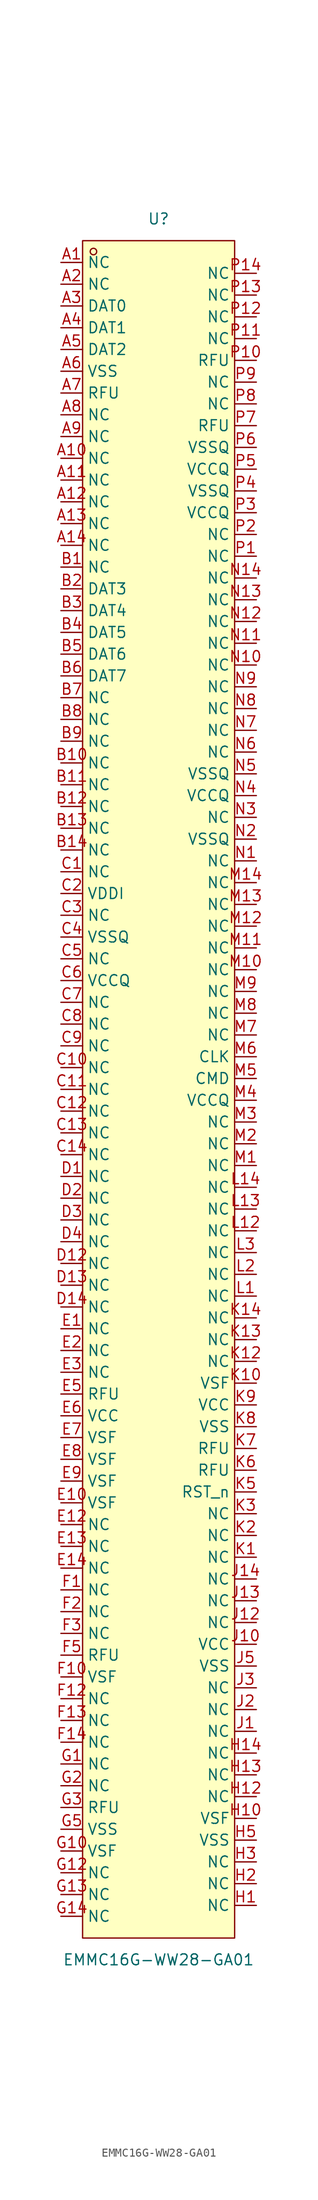
<source format=kicad_sym>
(kicad_symbol_lib
  (version 20241209)
  (generator "kicad_symbol_editor")
  (generator_version "9.0")
  (symbol "EMMC16G-WW28-GA01"
    (property "Reference" "U"
      (at 0 101.6 0)
      (effects (font (size 1.27 1.27))))
    (property "Value" "EMMC16G-WW28-GA01"
      (at 0 -101.6 0)
      (effects (font (size 1.27 1.27))))
    (symbol "EMMC16G-WW28-GA01_0_1"
      (rectangle (start -8.89 99.06) (end 8.89 -99.06) (stroke (width 0) (type default)) (fill (type background)))
      (circle (center -7.62 97.79) (radius 0.38) (stroke (width 0) (type default)) (fill (type none)))
      (pin unspecified line (at -11.43 96.52 0) (length 2.54) (name "NC" (effects (font (size 1.27 1.27)))) (number "A1" (effects (font (size 1.27 1.27)))))
      (pin unspecified line (at -11.43 93.98 0) (length 2.54) (name "NC" (effects (font (size 1.27 1.27)))) (number "A2" (effects (font (size 1.27 1.27)))))
      (pin unspecified line (at -11.43 91.44 0) (length 2.54) (name "DAT0" (effects (font (size 1.27 1.27)))) (number "A3" (effects (font (size 1.27 1.27)))))
      (pin unspecified line (at -11.43 88.9 0) (length 2.54) (name "DAT1" (effects (font (size 1.27 1.27)))) (number "A4" (effects (font (size 1.27 1.27)))))
      (pin unspecified line (at -11.43 86.36 0) (length 2.54) (name "DAT2" (effects (font (size 1.27 1.27)))) (number "A5" (effects (font (size 1.27 1.27)))))
      (pin unspecified line (at -11.43 83.82 0) (length 2.54) (name "VSS" (effects (font (size 1.27 1.27)))) (number "A6" (effects (font (size 1.27 1.27)))))
      (pin unspecified line (at -11.43 81.28 0) (length 2.54) (name "RFU" (effects (font (size 1.27 1.27)))) (number "A7" (effects (font (size 1.27 1.27)))))
      (pin unspecified line (at -11.43 78.74 0) (length 2.54) (name "NC" (effects (font (size 1.27 1.27)))) (number "A8" (effects (font (size 1.27 1.27)))))
      (pin unspecified line (at -11.43 76.2 0) (length 2.54) (name "NC" (effects (font (size 1.27 1.27)))) (number "A9" (effects (font (size 1.27 1.27)))))
      (pin unspecified line (at -11.43 73.66 0) (length 2.54) (name "NC" (effects (font (size 1.27 1.27)))) (number "A10" (effects (font (size 1.27 1.27)))))
      (pin unspecified line (at -11.43 71.12 0) (length 2.54) (name "NC" (effects (font (size 1.27 1.27)))) (number "A11" (effects (font (size 1.27 1.27)))))
      (pin unspecified line (at -11.43 68.58 0) (length 2.54) (name "NC" (effects (font (size 1.27 1.27)))) (number "A12" (effects (font (size 1.27 1.27)))))
      (pin unspecified line (at -11.43 66.04 0) (length 2.54) (name "NC" (effects (font (size 1.27 1.27)))) (number "A13" (effects (font (size 1.27 1.27)))))
      (pin unspecified line (at -11.43 63.5 0) (length 2.54) (name "NC" (effects (font (size 1.27 1.27)))) (number "A14" (effects (font (size 1.27 1.27)))))
      (pin unspecified line (at -11.43 60.96 0) (length 2.54) (name "NC" (effects (font (size 1.27 1.27)))) (number "B1" (effects (font (size 1.27 1.27)))))
      (pin unspecified line (at -11.43 58.42 0) (length 2.54) (name "DAT3" (effects (font (size 1.27 1.27)))) (number "B2" (effects (font (size 1.27 1.27)))))
      (pin unspecified line (at -11.43 55.88 0) (length 2.54) (name "DAT4" (effects (font (size 1.27 1.27)))) (number "B3" (effects (font (size 1.27 1.27)))))
      (pin unspecified line (at -11.43 53.34 0) (length 2.54) (name "DAT5" (effects (font (size 1.27 1.27)))) (number "B4" (effects (font (size 1.27 1.27)))))
      (pin unspecified line (at -11.43 50.8 0) (length 2.54) (name "DAT6" (effects (font (size 1.27 1.27)))) (number "B5" (effects (font (size 1.27 1.27)))))
      (pin unspecified line (at -11.43 48.26 0) (length 2.54) (name "DAT7" (effects (font (size 1.27 1.27)))) (number "B6" (effects (font (size 1.27 1.27)))))
      (pin unspecified line (at -11.43 45.72 0) (length 2.54) (name "NC" (effects (font (size 1.27 1.27)))) (number "B7" (effects (font (size 1.27 1.27)))))
      (pin unspecified line (at -11.43 43.18 0) (length 2.54) (name "NC" (effects (font (size 1.27 1.27)))) (number "B8" (effects (font (size 1.27 1.27)))))
      (pin unspecified line (at -11.43 40.64 0) (length 2.54) (name "NC" (effects (font (size 1.27 1.27)))) (number "B9" (effects (font (size 1.27 1.27)))))
      (pin unspecified line (at -11.43 38.1 0) (length 2.54) (name "NC" (effects (font (size 1.27 1.27)))) (number "B10" (effects (font (size 1.27 1.27)))))
      (pin unspecified line (at -11.43 35.56 0) (length 2.54) (name "NC" (effects (font (size 1.27 1.27)))) (number "B11" (effects (font (size 1.27 1.27)))))
      (pin unspecified line (at -11.43 33.02 0) (length 2.54) (name "NC" (effects (font (size 1.27 1.27)))) (number "B12" (effects (font (size 1.27 1.27)))))
      (pin unspecified line (at -11.43 30.48 0) (length 2.54) (name "NC" (effects (font (size 1.27 1.27)))) (number "B13" (effects (font (size 1.27 1.27)))))
      (pin unspecified line (at -11.43 27.94 0) (length 2.54) (name "NC" (effects (font (size 1.27 1.27)))) (number "B14" (effects (font (size 1.27 1.27)))))
      (pin unspecified line (at -11.43 25.4 0) (length 2.54) (name "NC" (effects (font (size 1.27 1.27)))) (number "C1" (effects (font (size 1.27 1.27)))))
      (pin unspecified line (at -11.43 22.86 0) (length 2.54) (name "VDDI" (effects (font (size 1.27 1.27)))) (number "C2" (effects (font (size 1.27 1.27)))))
      (pin unspecified line (at -11.43 20.32 0) (length 2.54) (name "NC" (effects (font (size 1.27 1.27)))) (number "C3" (effects (font (size 1.27 1.27)))))
      (pin unspecified line (at -11.43 17.78 0) (length 2.54) (name "VSSQ" (effects (font (size 1.27 1.27)))) (number "C4" (effects (font (size 1.27 1.27)))))
      (pin unspecified line (at -11.43 15.24 0) (length 2.54) (name "NC" (effects (font (size 1.27 1.27)))) (number "C5" (effects (font (size 1.27 1.27)))))
      (pin unspecified line (at -11.43 12.7 0) (length 2.54) (name "VCCQ" (effects (font (size 1.27 1.27)))) (number "C6" (effects (font (size 1.27 1.27)))))
      (pin unspecified line (at -11.43 10.16 0) (length 2.54) (name "NC" (effects (font (size 1.27 1.27)))) (number "C7" (effects (font (size 1.27 1.27)))))
      (pin unspecified line (at -11.43 7.62 0) (length 2.54) (name "NC" (effects (font (size 1.27 1.27)))) (number "C8" (effects (font (size 1.27 1.27)))))
      (pin unspecified line (at -11.43 5.08 0) (length 2.54) (name "NC" (effects (font (size 1.27 1.27)))) (number "C9" (effects (font (size 1.27 1.27)))))
      (pin unspecified line (at -11.43 2.54 0) (length 2.54) (name "NC" (effects (font (size 1.27 1.27)))) (number "C10" (effects (font (size 1.27 1.27)))))
      (pin unspecified line (at -11.43 0 0) (length 2.54) (name "NC" (effects (font (size 1.27 1.27)))) (number "C11" (effects (font (size 1.27 1.27)))))
      (pin unspecified line (at -11.43 -2.54 0) (length 2.54) (name "NC" (effects (font (size 1.27 1.27)))) (number "C12" (effects (font (size 1.27 1.27)))))
      (pin unspecified line (at -11.43 -5.08 0) (length 2.54) (name "NC" (effects (font (size 1.27 1.27)))) (number "C13" (effects (font (size 1.27 1.27)))))
      (pin unspecified line (at -11.43 -7.62 0) (length 2.54) (name "NC" (effects (font (size 1.27 1.27)))) (number "C14" (effects (font (size 1.27 1.27)))))
      (pin unspecified line (at -11.43 -10.16 0) (length 2.54) (name "NC" (effects (font (size 1.27 1.27)))) (number "D1" (effects (font (size 1.27 1.27)))))
      (pin unspecified line (at -11.43 -12.7 0) (length 2.54) (name "NC" (effects (font (size 1.27 1.27)))) (number "D2" (effects (font (size 1.27 1.27)))))
      (pin unspecified line (at -11.43 -15.24 0) (length 2.54) (name "NC" (effects (font (size 1.27 1.27)))) (number "D3" (effects (font (size 1.27 1.27)))))
      (pin unspecified line (at -11.43 -17.78 0) (length 2.54) (name "NC" (effects (font (size 1.27 1.27)))) (number "D4" (effects (font (size 1.27 1.27)))))
      (pin unspecified line (at -11.43 -20.32 0) (length 2.54) (name "NC" (effects (font (size 1.27 1.27)))) (number "D12" (effects (font (size 1.27 1.27)))))
      (pin unspecified line (at -11.43 -22.86 0) (length 2.54) (name "NC" (effects (font (size 1.27 1.27)))) (number "D13" (effects (font (size 1.27 1.27)))))
      (pin unspecified line (at -11.43 -25.4 0) (length 2.54) (name "NC" (effects (font (size 1.27 1.27)))) (number "D14" (effects (font (size 1.27 1.27)))))
      (pin unspecified line (at -11.43 -27.94 0) (length 2.54) (name "NC" (effects (font (size 1.27 1.27)))) (number "E1" (effects (font (size 1.27 1.27)))))
      (pin unspecified line (at -11.43 -30.48 0) (length 2.54) (name "NC" (effects (font (size 1.27 1.27)))) (number "E2" (effects (font (size 1.27 1.27)))))
      (pin unspecified line (at -11.43 -33.02 0) (length 2.54) (name "NC" (effects (font (size 1.27 1.27)))) (number "E3" (effects (font (size 1.27 1.27)))))
      (pin unspecified line (at -11.43 -35.56 0) (length 2.54) (name "RFU" (effects (font (size 1.27 1.27)))) (number "E5" (effects (font (size 1.27 1.27)))))
      (pin unspecified line (at -11.43 -38.1 0) (length 2.54) (name "VCC" (effects (font (size 1.27 1.27)))) (number "E6" (effects (font (size 1.27 1.27)))))
      (pin unspecified line (at -11.43 -40.64 0) (length 2.54) (name "VSF" (effects (font (size 1.27 1.27)))) (number "E7" (effects (font (size 1.27 1.27)))))
      (pin unspecified line (at -11.43 -43.18 0) (length 2.54) (name "VSF" (effects (font (size 1.27 1.27)))) (number "E8" (effects (font (size 1.27 1.27)))))
      (pin unspecified line (at -11.43 -45.72 0) (length 2.54) (name "VSF" (effects (font (size 1.27 1.27)))) (number "E9" (effects (font (size 1.27 1.27)))))
      (pin unspecified line (at -11.43 -48.26 0) (length 2.54) (name "VSF" (effects (font (size 1.27 1.27)))) (number "E10" (effects (font (size 1.27 1.27)))))
      (pin unspecified line (at -11.43 -50.8 0) (length 2.54) (name "NC" (effects (font (size 1.27 1.27)))) (number "E12" (effects (font (size 1.27 1.27)))))
      (pin unspecified line (at -11.43 -53.34 0) (length 2.54) (name "NC" (effects (font (size 1.27 1.27)))) (number "E13" (effects (font (size 1.27 1.27)))))
      (pin unspecified line (at -11.43 -55.88 0) (length 2.54) (name "NC" (effects (font (size 1.27 1.27)))) (number "E14" (effects (font (size 1.27 1.27)))))
      (pin unspecified line (at -11.43 -58.42 0) (length 2.54) (name "NC" (effects (font (size 1.27 1.27)))) (number "F1" (effects (font (size 1.27 1.27)))))
      (pin unspecified line (at -11.43 -60.96 0) (length 2.54) (name "NC" (effects (font (size 1.27 1.27)))) (number "F2" (effects (font (size 1.27 1.27)))))
      (pin unspecified line (at -11.43 -63.5 0) (length 2.54) (name "NC" (effects (font (size 1.27 1.27)))) (number "F3" (effects (font (size 1.27 1.27)))))
      (pin unspecified line (at -11.43 -66.04 0) (length 2.54) (name "RFU" (effects (font (size 1.27 1.27)))) (number "F5" (effects (font (size 1.27 1.27)))))
      (pin unspecified line (at -11.43 -68.58 0) (length 2.54) (name "VSF" (effects (font (size 1.27 1.27)))) (number "F10" (effects (font (size 1.27 1.27)))))
      (pin unspecified line (at -11.43 -71.12 0) (length 2.54) (name "NC" (effects (font (size 1.27 1.27)))) (number "F12" (effects (font (size 1.27 1.27)))))
      (pin unspecified line (at -11.43 -73.66 0) (length 2.54) (name "NC" (effects (font (size 1.27 1.27)))) (number "F13" (effects (font (size 1.27 1.27)))))
      (pin unspecified line (at -11.43 -76.2 0) (length 2.54) (name "NC" (effects (font (size 1.27 1.27)))) (number "F14" (effects (font (size 1.27 1.27)))))
      (pin unspecified line (at -11.43 -78.74 0) (length 2.54) (name "NC" (effects (font (size 1.27 1.27)))) (number "G1" (effects (font (size 1.27 1.27)))))
      (pin unspecified line (at -11.43 -81.28 0) (length 2.54) (name "NC" (effects (font (size 1.27 1.27)))) (number "G2" (effects (font (size 1.27 1.27)))))
      (pin unspecified line (at -11.43 -83.82 0) (length 2.54) (name "RFU" (effects (font (size 1.27 1.27)))) (number "G3" (effects (font (size 1.27 1.27)))))
      (pin unspecified line (at -11.43 -86.36 0) (length 2.54) (name "VSS" (effects (font (size 1.27 1.27)))) (number "G5" (effects (font (size 1.27 1.27)))))
      (pin unspecified line (at -11.43 -88.9 0) (length 2.54) (name "VSF" (effects (font (size 1.27 1.27)))) (number "G10" (effects (font (size 1.27 1.27)))))
      (pin unspecified line (at -11.43 -91.44 0) (length 2.54) (name "NC" (effects (font (size 1.27 1.27)))) (number "G12" (effects (font (size 1.27 1.27)))))
      (pin unspecified line (at -11.43 -93.98 0) (length 2.54) (name "NC" (effects (font (size 1.27 1.27)))) (number "G13" (effects (font (size 1.27 1.27)))))
      (pin unspecified line (at -11.43 -96.52 0) (length 2.54) (name "NC" (effects (font (size 1.27 1.27)))) (number "G14" (effects (font (size 1.27 1.27)))))
      (pin unspecified line (at 11.43 95.25 180) (length 2.54) (name "NC" (effects (font (size 1.27 1.27)))) (number "P14" (effects (font (size 1.27 1.27)))))
      (pin unspecified line (at 11.43 92.71 180) (length 2.54) (name "NC" (effects (font (size 1.27 1.27)))) (number "P13" (effects (font (size 1.27 1.27)))))
      (pin unspecified line (at 11.43 90.17 180) (length 2.54) (name "NC" (effects (font (size 1.27 1.27)))) (number "P12" (effects (font (size 1.27 1.27)))))
      (pin unspecified line (at 11.43 87.63 180) (length 2.54) (name "NC" (effects (font (size 1.27 1.27)))) (number "P11" (effects (font (size 1.27 1.27)))))
      (pin unspecified line (at 11.43 85.09 180) (length 2.54) (name "RFU" (effects (font (size 1.27 1.27)))) (number "P10" (effects (font (size 1.27 1.27)))))
      (pin unspecified line (at 11.43 82.55 180) (length 2.54) (name "NC" (effects (font (size 1.27 1.27)))) (number "P9" (effects (font (size 1.27 1.27)))))
      (pin unspecified line (at 11.43 80.01 180) (length 2.54) (name "NC" (effects (font (size 1.27 1.27)))) (number "P8" (effects (font (size 1.27 1.27)))))
      (pin unspecified line (at 11.43 77.47 180) (length 2.54) (name "RFU" (effects (font (size 1.27 1.27)))) (number "P7" (effects (font (size 1.27 1.27)))))
      (pin unspecified line (at 11.43 74.93 180) (length 2.54) (name "VSSQ" (effects (font (size 1.27 1.27)))) (number "P6" (effects (font (size 1.27 1.27)))))
      (pin unspecified line (at 11.43 72.39 180) (length 2.54) (name "VCCQ" (effects (font (size 1.27 1.27)))) (number "P5" (effects (font (size 1.27 1.27)))))
      (pin unspecified line (at 11.43 69.85 180) (length 2.54) (name "VSSQ" (effects (font (size 1.27 1.27)))) (number "P4" (effects (font (size 1.27 1.27)))))
      (pin unspecified line (at 11.43 67.31 180) (length 2.54) (name "VCCQ" (effects (font (size 1.27 1.27)))) (number "P3" (effects (font (size 1.27 1.27)))))
      (pin unspecified line (at 11.43 64.77 180) (length 2.54) (name "NC" (effects (font (size 1.27 1.27)))) (number "P2" (effects (font (size 1.27 1.27)))))
      (pin unspecified line (at 11.43 62.23 180) (length 2.54) (name "NC" (effects (font (size 1.27 1.27)))) (number "P1" (effects (font (size 1.27 1.27)))))
      (pin unspecified line (at 11.43 59.69 180) (length 2.54) (name "NC" (effects (font (size 1.27 1.27)))) (number "N14" (effects (font (size 1.27 1.27)))))
      (pin unspecified line (at 11.43 57.15 180) (length 2.54) (name "NC" (effects (font (size 1.27 1.27)))) (number "N13" (effects (font (size 1.27 1.27)))))
      (pin unspecified line (at 11.43 54.61 180) (length 2.54) (name "NC" (effects (font (size 1.27 1.27)))) (number "N12" (effects (font (size 1.27 1.27)))))
      (pin unspecified line (at 11.43 52.07 180) (length 2.54) (name "NC" (effects (font (size 1.27 1.27)))) (number "N11" (effects (font (size 1.27 1.27)))))
      (pin unspecified line (at 11.43 49.53 180) (length 2.54) (name "NC" (effects (font (size 1.27 1.27)))) (number "N10" (effects (font (size 1.27 1.27)))))
      (pin unspecified line (at 11.43 46.99 180) (length 2.54) (name "NC" (effects (font (size 1.27 1.27)))) (number "N9" (effects (font (size 1.27 1.27)))))
      (pin unspecified line (at 11.43 44.45 180) (length 2.54) (name "NC" (effects (font (size 1.27 1.27)))) (number "N8" (effects (font (size 1.27 1.27)))))
      (pin unspecified line (at 11.43 41.91 180) (length 2.54) (name "NC" (effects (font (size 1.27 1.27)))) (number "N7" (effects (font (size 1.27 1.27)))))
      (pin unspecified line (at 11.43 39.37 180) (length 2.54) (name "NC" (effects (font (size 1.27 1.27)))) (number "N6" (effects (font (size 1.27 1.27)))))
      (pin unspecified line (at 11.43 36.83 180) (length 2.54) (name "VSSQ" (effects (font (size 1.27 1.27)))) (number "N5" (effects (font (size 1.27 1.27)))))
      (pin unspecified line (at 11.43 34.29 180) (length 2.54) (name "VCCQ" (effects (font (size 1.27 1.27)))) (number "N4" (effects (font (size 1.27 1.27)))))
      (pin unspecified line (at 11.43 31.75 180) (length 2.54) (name "NC" (effects (font (size 1.27 1.27)))) (number "N3" (effects (font (size 1.27 1.27)))))
      (pin unspecified line (at 11.43 29.21 180) (length 2.54) (name "VSSQ" (effects (font (size 1.27 1.27)))) (number "N2" (effects (font (size 1.27 1.27)))))
      (pin unspecified line (at 11.43 26.67 180) (length 2.54) (name "NC" (effects (font (size 1.27 1.27)))) (number "N1" (effects (font (size 1.27 1.27)))))
      (pin unspecified line (at 11.43 24.13 180) (length 2.54) (name "NC" (effects (font (size 1.27 1.27)))) (number "M14" (effects (font (size 1.27 1.27)))))
      (pin unspecified line (at 11.43 21.59 180) (length 2.54) (name "NC" (effects (font (size 1.27 1.27)))) (number "M13" (effects (font (size 1.27 1.27)))))
      (pin unspecified line (at 11.43 19.05 180) (length 2.54) (name "NC" (effects (font (size 1.27 1.27)))) (number "M12" (effects (font (size 1.27 1.27)))))
      (pin unspecified line (at 11.43 16.51 180) (length 2.54) (name "NC" (effects (font (size 1.27 1.27)))) (number "M11" (effects (font (size 1.27 1.27)))))
      (pin unspecified line (at 11.43 13.97 180) (length 2.54) (name "NC" (effects (font (size 1.27 1.27)))) (number "M10" (effects (font (size 1.27 1.27)))))
      (pin unspecified line (at 11.43 11.43 180) (length 2.54) (name "NC" (effects (font (size 1.27 1.27)))) (number "M9" (effects (font (size 1.27 1.27)))))
      (pin unspecified line (at 11.43 8.89 180) (length 2.54) (name "NC" (effects (font (size 1.27 1.27)))) (number "M8" (effects (font (size 1.27 1.27)))))
      (pin unspecified line (at 11.43 6.35 180) (length 2.54) (name "NC" (effects (font (size 1.27 1.27)))) (number "M7" (effects (font (size 1.27 1.27)))))
      (pin unspecified line (at 11.43 3.81 180) (length 2.54) (name "CLK" (effects (font (size 1.27 1.27)))) (number "M6" (effects (font (size 1.27 1.27)))))
      (pin unspecified line (at 11.43 1.27 180) (length 2.54) (name "CMD" (effects (font (size 1.27 1.27)))) (number "M5" (effects (font (size 1.27 1.27)))))
      (pin unspecified line (at 11.43 -1.27 180) (length 2.54) (name "VCCQ" (effects (font (size 1.27 1.27)))) (number "M4" (effects (font (size 1.27 1.27)))))
      (pin unspecified line (at 11.43 -3.81 180) (length 2.54) (name "NC" (effects (font (size 1.27 1.27)))) (number "M3" (effects (font (size 1.27 1.27)))))
      (pin unspecified line (at 11.43 -6.35 180) (length 2.54) (name "NC" (effects (font (size 1.27 1.27)))) (number "M2" (effects (font (size 1.27 1.27)))))
      (pin unspecified line (at 11.43 -8.89 180) (length 2.54) (name "NC" (effects (font (size 1.27 1.27)))) (number "M1" (effects (font (size 1.27 1.27)))))
      (pin unspecified line (at 11.43 -11.43 180) (length 2.54) (name "NC" (effects (font (size 1.27 1.27)))) (number "L14" (effects (font (size 1.27 1.27)))))
      (pin unspecified line (at 11.43 -13.97 180) (length 2.54) (name "NC" (effects (font (size 1.27 1.27)))) (number "L13" (effects (font (size 1.27 1.27)))))
      (pin unspecified line (at 11.43 -16.51 180) (length 2.54) (name "NC" (effects (font (size 1.27 1.27)))) (number "L12" (effects (font (size 1.27 1.27)))))
      (pin unspecified line (at 11.43 -19.05 180) (length 2.54) (name "NC" (effects (font (size 1.27 1.27)))) (number "L3" (effects (font (size 1.27 1.27)))))
      (pin unspecified line (at 11.43 -21.59 180) (length 2.54) (name "NC" (effects (font (size 1.27 1.27)))) (number "L2" (effects (font (size 1.27 1.27)))))
      (pin unspecified line (at 11.43 -24.13 180) (length 2.54) (name "NC" (effects (font (size 1.27 1.27)))) (number "L1" (effects (font (size 1.27 1.27)))))
      (pin unspecified line (at 11.43 -26.67 180) (length 2.54) (name "NC" (effects (font (size 1.27 1.27)))) (number "K14" (effects (font (size 1.27 1.27)))))
      (pin unspecified line (at 11.43 -29.21 180) (length 2.54) (name "NC" (effects (font (size 1.27 1.27)))) (number "K13" (effects (font (size 1.27 1.27)))))
      (pin unspecified line (at 11.43 -31.75 180) (length 2.54) (name "NC" (effects (font (size 1.27 1.27)))) (number "K12" (effects (font (size 1.27 1.27)))))
      (pin unspecified line (at 11.43 -34.29 180) (length 2.54) (name "VSF" (effects (font (size 1.27 1.27)))) (number "K10" (effects (font (size 1.27 1.27)))))
      (pin unspecified line (at 11.43 -36.83 180) (length 2.54) (name "VCC" (effects (font (size 1.27 1.27)))) (number "K9" (effects (font (size 1.27 1.27)))))
      (pin unspecified line (at 11.43 -39.37 180) (length 2.54) (name "VSS" (effects (font (size 1.27 1.27)))) (number "K8" (effects (font (size 1.27 1.27)))))
      (pin unspecified line (at 11.43 -41.91 180) (length 2.54) (name "RFU" (effects (font (size 1.27 1.27)))) (number "K7" (effects (font (size 1.27 1.27)))))
      (pin unspecified line (at 11.43 -44.45 180) (length 2.54) (name "RFU" (effects (font (size 1.27 1.27)))) (number "K6" (effects (font (size 1.27 1.27)))))
      (pin unspecified line (at 11.43 -46.99 180) (length 2.54) (name "RST_n" (effects (font (size 1.27 1.27)))) (number "K5" (effects (font (size 1.27 1.27)))))
      (pin unspecified line (at 11.43 -49.53 180) (length 2.54) (name "NC" (effects (font (size 1.27 1.27)))) (number "K3" (effects (font (size 1.27 1.27)))))
      (pin unspecified line (at 11.43 -52.07 180) (length 2.54) (name "NC" (effects (font (size 1.27 1.27)))) (number "K2" (effects (font (size 1.27 1.27)))))
      (pin unspecified line (at 11.43 -54.61 180) (length 2.54) (name "NC" (effects (font (size 1.27 1.27)))) (number "K1" (effects (font (size 1.27 1.27)))))
      (pin unspecified line (at 11.43 -57.15 180) (length 2.54) (name "NC" (effects (font (size 1.27 1.27)))) (number "J14" (effects (font (size 1.27 1.27)))))
      (pin unspecified line (at 11.43 -59.69 180) (length 2.54) (name "NC" (effects (font (size 1.27 1.27)))) (number "J13" (effects (font (size 1.27 1.27)))))
      (pin unspecified line (at 11.43 -62.23 180) (length 2.54) (name "NC" (effects (font (size 1.27 1.27)))) (number "J12" (effects (font (size 1.27 1.27)))))
      (pin unspecified line (at 11.43 -64.77 180) (length 2.54) (name "VCC" (effects (font (size 1.27 1.27)))) (number "J10" (effects (font (size 1.27 1.27)))))
      (pin unspecified line (at 11.43 -67.31 180) (length 2.54) (name "VSS" (effects (font (size 1.27 1.27)))) (number "J5" (effects (font (size 1.27 1.27)))))
      (pin unspecified line (at 11.43 -69.85 180) (length 2.54) (name "NC" (effects (font (size 1.27 1.27)))) (number "J3" (effects (font (size 1.27 1.27)))))
      (pin unspecified line (at 11.43 -72.39 180) (length 2.54) (name "NC" (effects (font (size 1.27 1.27)))) (number "J2" (effects (font (size 1.27 1.27)))))
      (pin unspecified line (at 11.43 -74.93 180) (length 2.54) (name "NC" (effects (font (size 1.27 1.27)))) (number "J1" (effects (font (size 1.27 1.27)))))
      (pin unspecified line (at 11.43 -77.47 180) (length 2.54) (name "NC" (effects (font (size 1.27 1.27)))) (number "H14" (effects (font (size 1.27 1.27)))))
      (pin unspecified line (at 11.43 -80.01 180) (length 2.54) (name "NC" (effects (font (size 1.27 1.27)))) (number "H13" (effects (font (size 1.27 1.27)))))
      (pin unspecified line (at 11.43 -82.55 180) (length 2.54) (name "NC" (effects (font (size 1.27 1.27)))) (number "H12" (effects (font (size 1.27 1.27)))))
      (pin unspecified line (at 11.43 -85.09 180) (length 2.54) (name "VSF" (effects (font (size 1.27 1.27)))) (number "H10" (effects (font (size 1.27 1.27)))))
      (pin unspecified line (at 11.43 -87.63 180) (length 2.54) (name "VSS" (effects (font (size 1.27 1.27)))) (number "H5" (effects (font (size 1.27 1.27)))))
      (pin unspecified line (at 11.43 -90.17 180) (length 2.54) (name "NC" (effects (font (size 1.27 1.27)))) (number "H3" (effects (font (size 1.27 1.27)))))
      (pin unspecified line (at 11.43 -92.71 180) (length 2.54) (name "NC" (effects (font (size 1.27 1.27)))) (number "H2" (effects (font (size 1.27 1.27)))))
      (pin unspecified line (at 11.43 -95.25 180) (length 2.54) (name "NC" (effects (font (size 1.27 1.27)))) (number "H1" (effects (font (size 1.27 1.27))))))))
</source>
